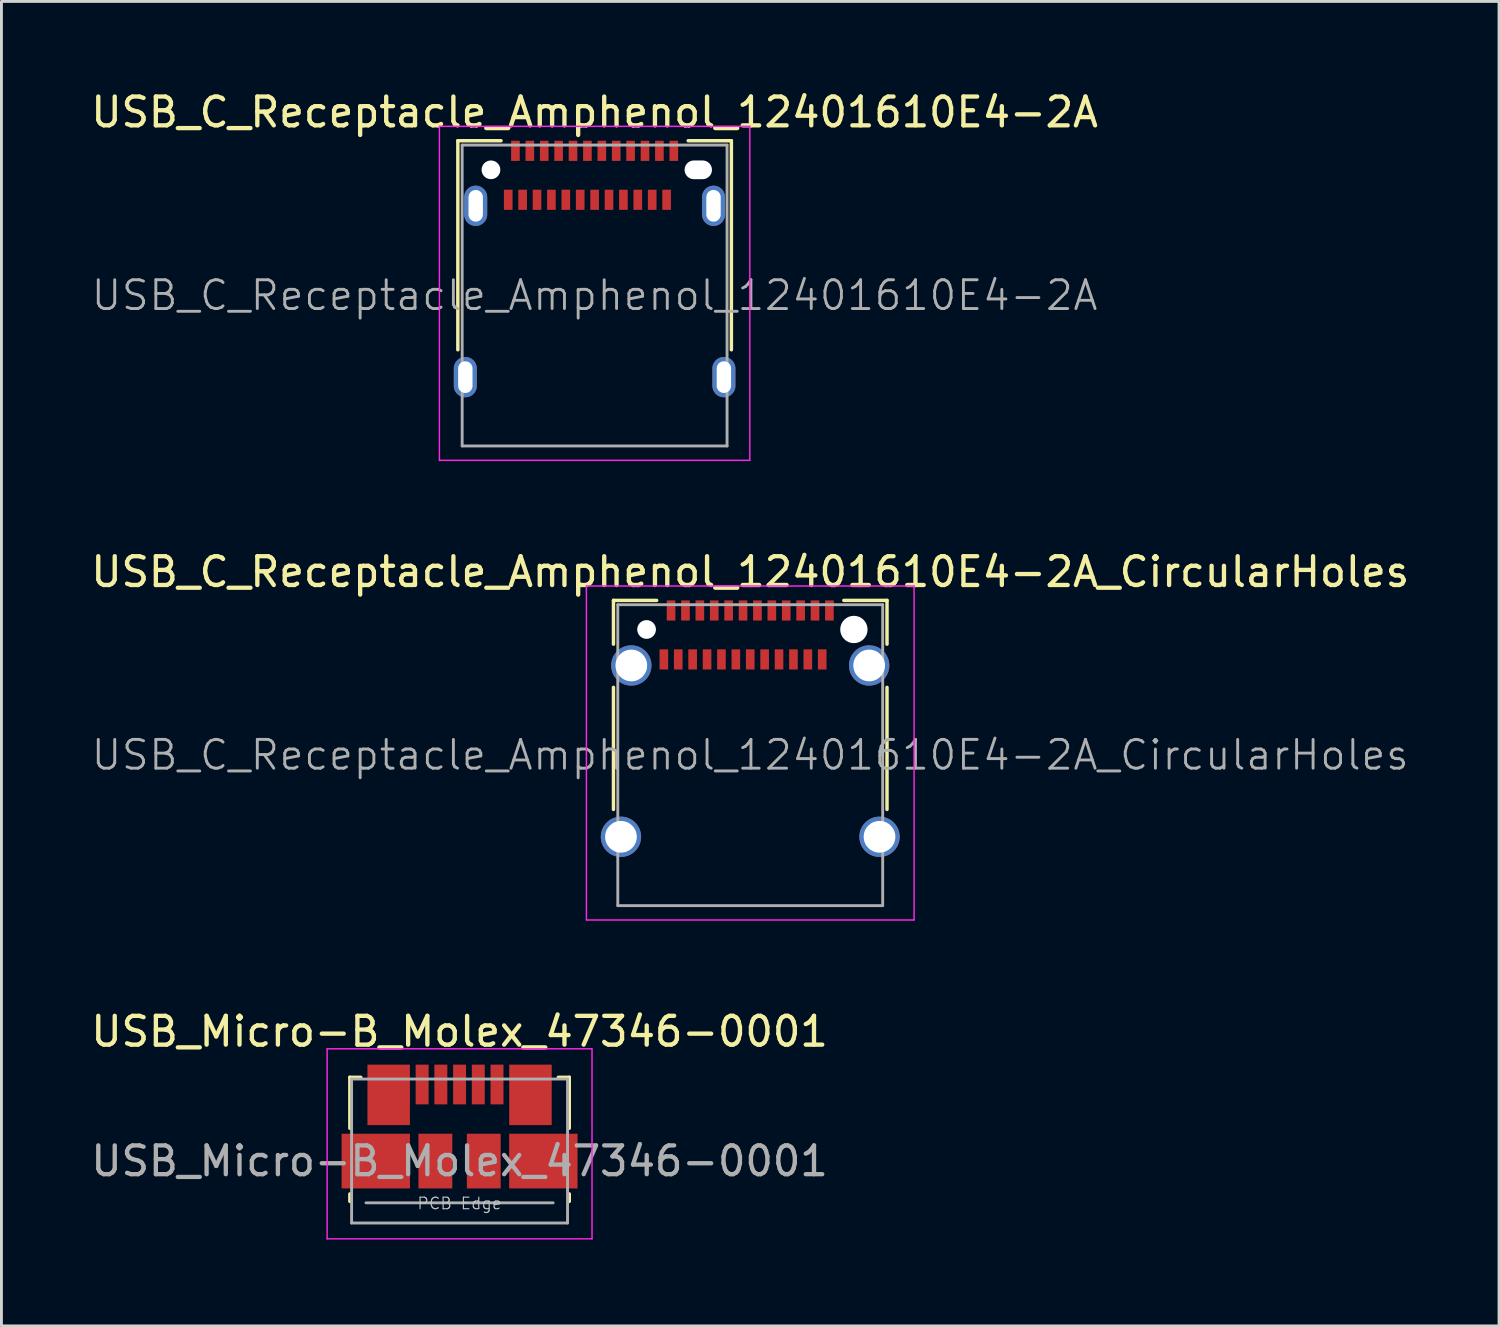
<source format=kicad_pcb>
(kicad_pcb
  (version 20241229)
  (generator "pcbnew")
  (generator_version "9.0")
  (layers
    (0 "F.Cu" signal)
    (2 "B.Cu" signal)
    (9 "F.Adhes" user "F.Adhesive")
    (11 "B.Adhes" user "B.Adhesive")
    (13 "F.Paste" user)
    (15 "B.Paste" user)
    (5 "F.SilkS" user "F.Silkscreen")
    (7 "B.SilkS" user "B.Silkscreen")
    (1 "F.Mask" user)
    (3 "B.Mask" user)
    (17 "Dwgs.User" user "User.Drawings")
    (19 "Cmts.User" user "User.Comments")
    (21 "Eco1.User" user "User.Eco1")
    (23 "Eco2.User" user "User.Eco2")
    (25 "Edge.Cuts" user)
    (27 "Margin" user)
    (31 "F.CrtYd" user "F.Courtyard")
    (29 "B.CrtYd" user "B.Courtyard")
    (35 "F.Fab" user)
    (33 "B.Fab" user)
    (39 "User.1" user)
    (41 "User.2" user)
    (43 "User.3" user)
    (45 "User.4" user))
  (footprint "USB_Micro-B_Molex_47346-0001"
    (layer "F.Cu")
    (at 12.911 37.275)
    (property "Reference" "USB_Micro-B_Molex_47346-0001" (at 0 -4.5 180) (layer "F.SilkS") (effects (font (size 1 1) (thickness 0.15))))
    (attr smd)
    (fp_line (start -3.81 -2.91) (end -3.43 -2.91) (stroke (width 0.12) (type solid)) (layer "F.SilkS"))
    (fp_line (start -3.81 -1.14) (end -3.81 -2.91) (stroke (width 0.12) (type solid)) (layer "F.SilkS"))
    (fp_line (start -3.81 1.4) (end -3.81 1.14) (stroke (width 0.12) (type solid)) (layer "F.SilkS"))
    (fp_line (start 3.81 -2.91) (end 3.43 -2.91) (stroke (width 0.12) (type solid)) (layer "F.SilkS"))
    (fp_line (start 3.81 -2.91) (end 3.81 -1.14) (stroke (width 0.12) (type solid)) (layer "F.SilkS"))
    (fp_line (start 3.81 1.14) (end 3.81 1.4) (stroke (width 0.12) (type solid)) (layer "F.SilkS"))
    (fp_line (start -4.6 -3.9) (end 4.6 -3.9) (stroke (width 0.05) (type solid)) (layer "F.CrtYd"))
    (fp_line (start -4.6 2.7) (end -4.6 -3.9) (stroke (width 0.05) (type solid)) (layer "F.CrtYd"))
    (fp_line (start 4.6 -3.9) (end 4.6 2.7) (stroke (width 0.05) (type solid)) (layer "F.CrtYd"))
    (fp_line (start 4.6 2.7) (end -4.6 2.7) (stroke (width 0.05) (type solid)) (layer "F.CrtYd"))
    (fp_line (start -3.75 -2.85) (end 3.75 -2.85) (stroke (width 0.1) (type solid)) (layer "F.Fab"))
    (fp_line (start -3.75 2.15) (end -3.75 -2.85) (stroke (width 0.1) (type solid)) (layer "F.Fab"))
    (fp_line (start -3.25 1.45) (end 3.25 1.45) (stroke (width 0.1) (type solid)) (layer "F.Fab"))
    (fp_line (start 3.75 -2.85) (end 3.75 2.15) (stroke (width 0.1) (type solid)) (layer "F.Fab"))
    (fp_line (start 3.75 2.15) (end -3.75 2.15) (stroke (width 0.1) (type solid)) (layer "F.Fab"))
    (fp_text user "PCB Edge" (at 0 1.47 180) (layer "Dwgs.User") (effects (font (size 0.4 0.4) (thickness 0.04))))
    (fp_text user "${REFERENCE}" (at 0 0 0) (layer "F.Fab") (effects (font (size 1 1) (thickness 0.15))))
    (pad "1" smd rect (at -1.3 -2.66) (size 0.45 1.38) (layers "F.Cu" "F.Mask" "F.Paste"))
    (pad "2" smd rect (at -0.65 -2.66) (size 0.45 1.38) (layers "F.Cu" "F.Mask" "F.Paste"))
    (pad "3" smd rect (at 0 -2.66) (size 0.45 1.38) (layers "F.Cu" "F.Mask" "F.Paste"))
    (pad "4" smd rect (at 0.65 -2.66) (size 0.45 1.38) (layers "F.Cu" "F.Mask" "F.Paste"))
    (pad "5" smd rect (at 1.3 -2.66) (size 0.45 1.38) (layers "F.Cu" "F.Mask" "F.Paste"))
    (pad "6" smd rect (at -2.91 0) (size 2.375 1.9) (layers "F.Cu" "F.Mask" "F.Paste"))
    (pad "6" smd rect (at -2.462 -2.3) (size 1.475 2.1) (layers "F.Cu" "F.Mask" "F.Paste"))
    (pad "6" smd rect (at -0.84 0) (size 1.175 1.9) (layers "F.Cu" "F.Mask" "F.Paste"))
    (pad "6" smd rect (at 0.84 0) (size 1.175 1.9) (layers "F.Cu" "F.Mask" "F.Paste"))
    (pad "6" smd rect (at 2.462 -2.3) (size 1.475 2.1) (layers "F.Cu" "F.Mask" "F.Paste"))
    (pad "6" smd rect (at 2.91 0) (size 2.375 1.9) (layers "F.Cu" "F.Mask" "F.Paste")))
  (footprint "USB_C_Receptacle_Amphenol_12401610E4-2A"
    (layer "F.Cu")
    (at 17.601 7.208)
    (property "Reference" "USB_C_Receptacle_Amphenol_12401610E4-2A" (at 0 -6.36 0) (layer "F.SilkS") (effects (font (size 1 1) (thickness 0.15))))
    (attr smd)
    (fp_line (start -4.75 -5.37) (end -4.75 1.89) (stroke (width 0.12) (type solid)) (layer "F.SilkS"))
    (fp_line (start -4.75 -5.37) (end -3.25 -5.37) (stroke (width 0.12) (type solid)) (layer "F.SilkS"))
    (fp_line (start 3.25 -5.37) (end 4.75 -5.37) (stroke (width 0.12) (type solid)) (layer "F.SilkS"))
    (fp_line (start 4.75 -5.37) (end 4.75 1.89) (stroke (width 0.12) (type solid)) (layer "F.SilkS"))
    (fp_line (start -5.39 -5.87) (end 5.39 -5.87) (stroke (width 0.05) (type solid)) (layer "F.CrtYd"))
    (fp_line (start -5.39 5.73) (end -5.39 -5.87) (stroke (width 0.05) (type solid)) (layer "F.CrtYd"))
    (fp_line (start 5.39 -5.87) (end 5.39 5.73) (stroke (width 0.05) (type solid)) (layer "F.CrtYd"))
    (fp_line (start 5.39 5.73) (end -5.39 5.73) (stroke (width 0.05) (type solid)) (layer "F.CrtYd"))
    (fp_line (start -4.6 -5.22) (end 4.6 -5.22) (stroke (width 0.1) (type solid)) (layer "F.Fab"))
    (fp_line (start -4.6 5.23) (end -4.6 -5.22) (stroke (width 0.1) (type solid)) (layer "F.Fab"))
    (fp_line (start -4.6 5.23) (end 4.6 5.23) (stroke (width 0.1) (type solid)) (layer "F.Fab"))
    (fp_line (start 4.6 5.23) (end 4.6 -5.22) (stroke (width 0.1) (type solid)) (layer "F.Fab"))
    (fp_text user "${REFERENCE}" (at 0 0 0) (layer "F.Fab") (effects (font (size 1 1) (thickness 0.1))))
    (pad "" np_thru_hole circle (at -3.6 -4.36) (size 0.65 0.65) (drill 0.65) (layers "*.Cu" "*.Mask"))
    (pad "" np_thru_hole oval (at 3.6 -4.36) (size 0.95 0.65) (drill oval 0.95 0.65) (layers "*.Cu" "*.Mask"))
    (pad "A1" smd rect (at -2.75 -5.02) (size 0.3 0.7) (layers "F.Cu" "F.Mask" "F.Paste"))
    (pad "A2" smd rect (at -2.25 -5.02) (size 0.3 0.7) (layers "F.Cu" "F.Mask" "F.Paste"))
    (pad "A3" smd rect (at -1.75 -5.02) (size 0.3 0.7) (layers "F.Cu" "F.Mask" "F.Paste"))
    (pad "A4" smd rect (at -1.25 -5.02) (size 0.3 0.7) (layers "F.Cu" "F.Mask" "F.Paste"))
    (pad "A5" smd rect (at -0.75 -5.02) (size 0.3 0.7) (layers "F.Cu" "F.Mask" "F.Paste"))
    (pad "A6" smd rect (at -0.25 -5.02) (size 0.3 0.7) (layers "F.Cu" "F.Mask" "F.Paste"))
    (pad "A7" smd rect (at 0.25 -5.02) (size 0.3 0.7) (layers "F.Cu" "F.Mask" "F.Paste"))
    (pad "A8" smd rect (at 0.75 -5.02) (size 0.3 0.7) (layers "F.Cu" "F.Mask" "F.Paste"))
    (pad "A9" smd rect (at 1.25 -5.02) (size 0.3 0.7) (layers "F.Cu" "F.Mask" "F.Paste"))
    (pad "A10" smd rect (at 1.75 -5.02) (size 0.3 0.7) (layers "F.Cu" "F.Mask" "F.Paste"))
    (pad "A11" smd rect (at 2.25 -5.02) (size 0.3 0.7) (layers "F.Cu" "F.Mask" "F.Paste"))
    (pad "A12" smd rect (at 2.75 -5.02) (size 0.3 0.7) (layers "F.Cu" "F.Mask" "F.Paste"))
    (pad "B1" smd rect (at 2.5 -3.32) (size 0.3 0.7) (layers "F.Cu" "F.Mask" "F.Paste"))
    (pad "B2" smd rect (at 2 -3.32) (size 0.3 0.7) (layers "F.Cu" "F.Mask" "F.Paste"))
    (pad "B3" smd rect (at 1.5 -3.32) (size 0.3 0.7) (layers "F.Cu" "F.Mask" "F.Paste"))
    (pad "B4" smd rect (at 1 -3.32) (size 0.3 0.7) (layers "F.Cu" "F.Mask" "F.Paste"))
    (pad "B5" smd rect (at 0.5 -3.32) (size 0.3 0.7) (layers "F.Cu" "F.Mask" "F.Paste"))
    (pad "B6" smd rect (at 0 -3.32) (size 0.3 0.7) (layers "F.Cu" "F.Mask" "F.Paste"))
    (pad "B7" smd rect (at -0.5 -3.32) (size 0.3 0.7) (layers "F.Cu" "F.Mask" "F.Paste"))
    (pad "B8" smd rect (at -1 -3.32) (size 0.3 0.7) (layers "F.Cu" "F.Mask" "F.Paste"))
    (pad "B9" smd rect (at -1.5 -3.32) (size 0.3 0.7) (layers "F.Cu" "F.Mask" "F.Paste"))
    (pad "B10" smd rect (at -2 -3.32) (size 0.3 0.7) (layers "F.Cu" "F.Mask" "F.Paste"))
    (pad "B11" smd rect (at -2.5 -3.32) (size 0.3 0.7) (layers "F.Cu" "F.Mask" "F.Paste"))
    (pad "B12" smd rect (at -3 -3.32) (size 0.3 0.7) (layers "F.Cu" "F.Mask" "F.Paste"))
    (pad "S1" thru_hole oval (at -4.49 2.84) (size 0.8 1.4) (drill oval 0.5 1.1) (layers "*.Cu" "*.Mask"))
    (pad "S1" thru_hole oval (at -4.13 -3.11) (size 0.8 1.4) (drill oval 0.5 1.1) (layers "*.Cu" "*.Mask"))
    (pad "S1" thru_hole oval (at 4.13 -3.11) (size 0.8 1.4) (drill oval 0.5 1.1) (layers "*.Cu" "*.Mask"))
    (pad "S1" thru_hole oval (at 4.49 2.84) (size 0.8 1.4) (drill oval 0.5 1.1) (layers "*.Cu" "*.Mask")))
  (footprint "USB_C_Receptacle_Amphenol_12401610E4-2A_CircularHoles"
    (layer "F.Cu")
    (at 23.006 23.172)
    (property "Reference" "USB_C_Receptacle_Amphenol_12401610E4-2A_CircularHoles" (at 0 -6.36 0) (layer "F.SilkS") (effects (font (size 1 1) (thickness 0.15))))
    (attr smd)
    (fp_line (start -4.75 -5.37) (end -4.75 -3.85) (stroke (width 0.12) (type solid)) (layer "F.SilkS"))
    (fp_line (start -4.75 -5.37) (end -3.25 -5.37) (stroke (width 0.12) (type solid)) (layer "F.SilkS"))
    (fp_line (start -4.75 -2.35) (end -4.75 1.89) (stroke (width 0.12) (type solid)) (layer "F.SilkS"))
    (fp_line (start 3.25 -5.37) (end 4.75 -5.37) (stroke (width 0.12) (type solid)) (layer "F.SilkS"))
    (fp_line (start 4.75 -5.37) (end 4.75 -3.85) (stroke (width 0.12) (type solid)) (layer "F.SilkS"))
    (fp_line (start 4.75 -2.35) (end 4.75 1.89) (stroke (width 0.12) (type solid)) (layer "F.SilkS"))
    (fp_line (start -5.69 -5.87) (end 5.69 -5.87) (stroke (width 0.05) (type solid)) (layer "F.CrtYd"))
    (fp_line (start -5.69 5.73) (end -5.69 -5.87) (stroke (width 0.05) (type solid)) (layer "F.CrtYd"))
    (fp_line (start 5.69 -5.87) (end 5.69 5.73) (stroke (width 0.05) (type solid)) (layer "F.CrtYd"))
    (fp_line (start 5.69 5.73) (end -5.69 5.73) (stroke (width 0.05) (type solid)) (layer "F.CrtYd"))
    (fp_line (start -4.6 -5.22) (end 4.6 -5.22) (stroke (width 0.1) (type solid)) (layer "F.Fab"))
    (fp_line (start -4.6 5.23) (end -4.6 -5.22) (stroke (width 0.1) (type solid)) (layer "F.Fab"))
    (fp_line (start -4.6 5.23) (end 4.6 5.23) (stroke (width 0.1) (type solid)) (layer "F.Fab"))
    (fp_line (start 4.6 5.23) (end 4.6 -5.22) (stroke (width 0.1) (type solid)) (layer "F.Fab"))
    (fp_text user "${REFERENCE}" (at 0 0 0) (layer "F.Fab") (effects (font (size 1 1) (thickness 0.1))))
    (pad "" np_thru_hole circle (at -3.6 -4.36) (size 0.65 0.65) (drill 0.65) (layers "*.Cu" "*.Mask"))
    (pad "" np_thru_hole circle (at 3.6 -4.36) (size 0.95 0.95) (drill 0.95) (layers "*.Cu" "*.Mask"))
    (pad "A1" smd rect (at -2.75 -5.02) (size 0.3 0.7) (layers "F.Cu" "F.Mask" "F.Paste"))
    (pad "A2" smd rect (at -2.25 -5.02) (size 0.3 0.7) (layers "F.Cu" "F.Mask" "F.Paste"))
    (pad "A3" smd rect (at -1.75 -5.02) (size 0.3 0.7) (layers "F.Cu" "F.Mask" "F.Paste"))
    (pad "A4" smd rect (at -1.25 -5.02) (size 0.3 0.7) (layers "F.Cu" "F.Mask" "F.Paste"))
    (pad "A5" smd rect (at -0.75 -5.02) (size 0.3 0.7) (layers "F.Cu" "F.Mask" "F.Paste"))
    (pad "A6" smd rect (at -0.25 -5.02) (size 0.3 0.7) (layers "F.Cu" "F.Mask" "F.Paste"))
    (pad "A7" smd rect (at 0.25 -5.02) (size 0.3 0.7) (layers "F.Cu" "F.Mask" "F.Paste"))
    (pad "A8" smd rect (at 0.75 -5.02) (size 0.3 0.7) (layers "F.Cu" "F.Mask" "F.Paste"))
    (pad "A9" smd rect (at 1.25 -5.02) (size 0.3 0.7) (layers "F.Cu" "F.Mask" "F.Paste"))
    (pad "A10" smd rect (at 1.75 -5.02) (size 0.3 0.7) (layers "F.Cu" "F.Mask" "F.Paste"))
    (pad "A11" smd rect (at 2.25 -5.02) (size 0.3 0.7) (layers "F.Cu" "F.Mask" "F.Paste"))
    (pad "A12" smd rect (at 2.75 -5.02) (size 0.3 0.7) (layers "F.Cu" "F.Mask" "F.Paste"))
    (pad "B1" smd rect (at 2.5 -3.32) (size 0.3 0.7) (layers "F.Cu" "F.Mask" "F.Paste"))
    (pad "B2" smd rect (at 2 -3.32) (size 0.3 0.7) (layers "F.Cu" "F.Mask" "F.Paste"))
    (pad "B3" smd rect (at 1.5 -3.32) (size 0.3 0.7) (layers "F.Cu" "F.Mask" "F.Paste"))
    (pad "B4" smd rect (at 1 -3.32) (size 0.3 0.7) (layers "F.Cu" "F.Mask" "F.Paste"))
    (pad "B5" smd rect (at 0.5 -3.32) (size 0.3 0.7) (layers "F.Cu" "F.Mask" "F.Paste"))
    (pad "B6" smd rect (at 0 -3.32) (size 0.3 0.7) (layers "F.Cu" "F.Mask" "F.Paste"))
    (pad "B7" smd rect (at -0.5 -3.32) (size 0.3 0.7) (layers "F.Cu" "F.Mask" "F.Paste"))
    (pad "B8" smd rect (at -1 -3.32) (size 0.3 0.7) (layers "F.Cu" "F.Mask" "F.Paste"))
    (pad "B9" smd rect (at -1.5 -3.32) (size 0.3 0.7) (layers "F.Cu" "F.Mask" "F.Paste"))
    (pad "B10" smd rect (at -2 -3.32) (size 0.3 0.7) (layers "F.Cu" "F.Mask" "F.Paste"))
    (pad "B11" smd rect (at -2.5 -3.32) (size 0.3 0.7) (layers "F.Cu" "F.Mask" "F.Paste"))
    (pad "B12" smd rect (at -3 -3.32) (size 0.3 0.7) (layers "F.Cu" "F.Mask" "F.Paste"))
    (pad "S1" thru_hole circle (at -4.49 2.84) (size 1.4 1.4) (drill 1.1) (layers "*.Cu" "*.Mask"))
    (pad "S1" thru_hole circle (at -4.13 -3.11) (size 1.4 1.4) (drill 1.1) (layers "*.Cu" "*.Mask"))
    (pad "S1" thru_hole circle (at 4.13 -3.11) (size 1.4 1.4) (drill 1.1) (layers "*.Cu" "*.Mask"))
    (pad "S1" thru_hole circle (at 4.49 2.84) (size 1.4 1.4) (drill 1.1) (layers "*.Cu" "*.Mask")))
  (gr_rect
    (start -3 -3)
    (end 49.012 43)
    (stroke (width 0.1) (type default))
    (fill no)
    (layer "Edge.Cuts")))
</source>
